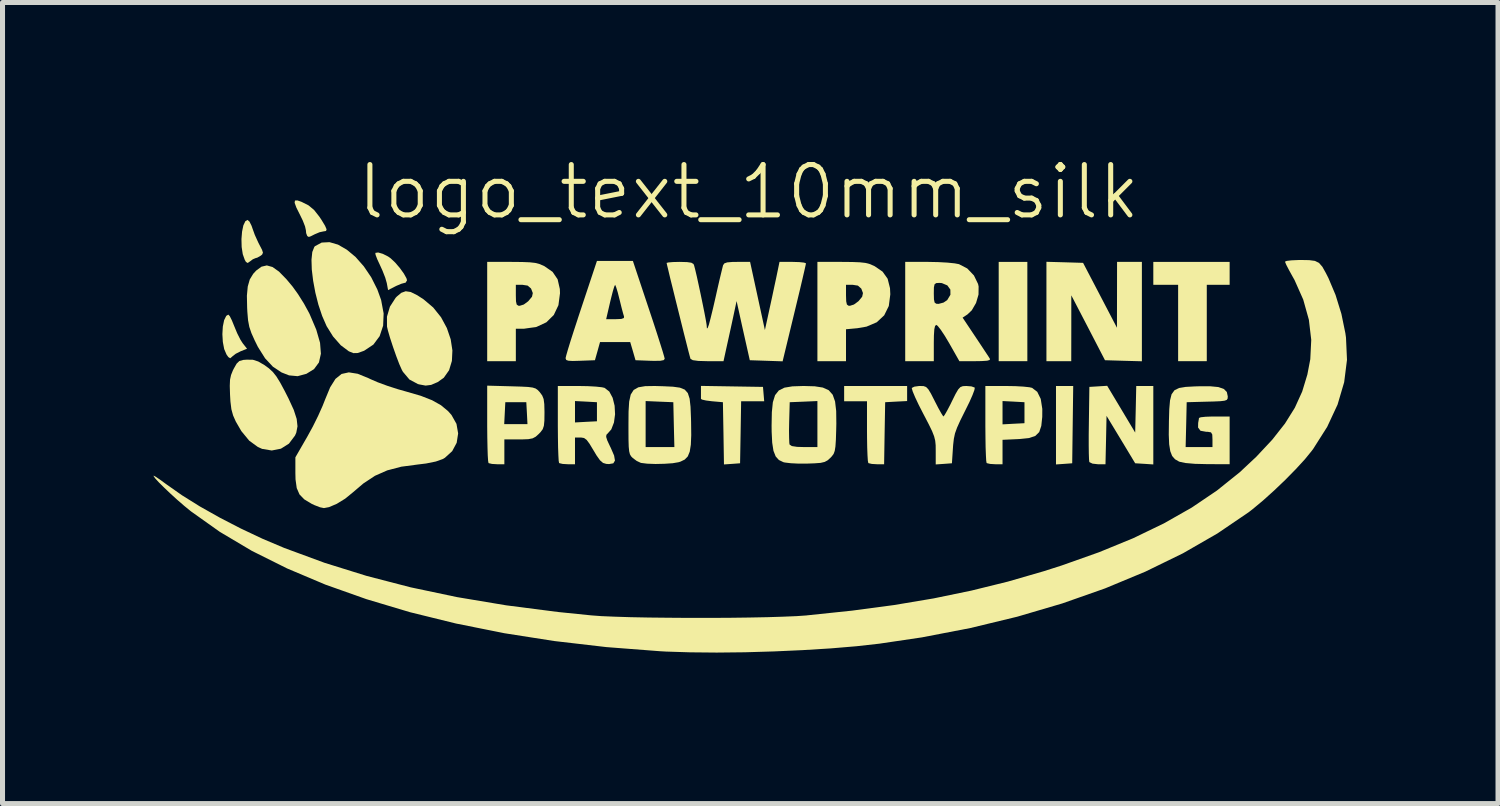
<source format=kicad_pcb>
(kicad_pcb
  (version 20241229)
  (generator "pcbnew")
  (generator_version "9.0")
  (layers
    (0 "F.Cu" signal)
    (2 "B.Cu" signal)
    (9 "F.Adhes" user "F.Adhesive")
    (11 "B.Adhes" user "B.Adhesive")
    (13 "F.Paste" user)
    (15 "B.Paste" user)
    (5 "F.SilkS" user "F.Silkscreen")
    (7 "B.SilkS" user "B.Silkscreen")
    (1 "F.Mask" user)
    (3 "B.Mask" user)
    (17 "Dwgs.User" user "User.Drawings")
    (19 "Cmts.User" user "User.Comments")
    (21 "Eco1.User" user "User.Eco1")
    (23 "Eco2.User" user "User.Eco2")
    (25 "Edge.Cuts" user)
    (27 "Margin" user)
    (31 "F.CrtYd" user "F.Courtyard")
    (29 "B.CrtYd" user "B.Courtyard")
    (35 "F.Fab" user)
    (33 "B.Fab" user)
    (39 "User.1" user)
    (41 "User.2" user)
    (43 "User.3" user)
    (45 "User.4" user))
  (footprint "logo_text_10mm_silk"
    (layer "F.Cu")
    (at 11.821 5.261)
    (property "Reference" "logo_text_10mm_silk" (at 0 -4.5 0) (unlocked yes) (layer "F.SilkS") (effects (font (size 1 1) (thickness 0.1))))
    (attr smd)
    (fp_poly (pts (xy 5.535 -2.123) (xy 5.535 -1.137) (xy 5.251 -1.137) (xy 4.966 -1.137) (xy 4.966 -2.123) (xy 4.966 -3.109) (xy 5.251 -3.109) (xy 5.535 -3.109)) (stroke (width 0) (type solid)) (fill yes) (layer "F.SilkS"))
    (fp_poly (pts (xy 6.436 0.123) (xy 6.426 0.891) (xy 6.265 0.903) (xy 6.104 0.914) (xy 6.104 0.135) (xy 6.104 -0.644) (xy 6.275 -0.644) (xy 6.446 -0.644)) (stroke (width 0) (type solid)) (fill yes) (layer "F.SilkS"))
    (fp_poly (pts (xy 9.553 -2.881) (xy 9.553 -2.654) (xy 9.326 -2.654) (xy 9.099 -2.654) (xy 9.099 -1.896) (xy 9.099 -1.137) (xy 8.814 -1.137) (xy 8.53 -1.137) (xy 8.53 -1.896) (xy 8.53 -2.654) (xy 8.283 -2.654) (xy 8.037 -2.654) (xy 8.037 -2.881) (xy 8.037 -3.109) (xy 8.795 -3.109) (xy 9.553 -3.109)) (stroke (width 0) (type solid)) (fill yes) (layer "F.SilkS"))
    (fp_poly (pts (xy -0.332 -0.636) (xy 0.284 -0.626) (xy 0.296 -0.483) (xy 0.308 -0.341) (xy 0.079 -0.341) (xy -0.15 -0.341) (xy -0.16 0.275) (xy -0.171 0.891) (xy -0.331 0.903) (xy -0.491 0.914) (xy -0.501 0.296) (xy -0.512 -0.322) (xy -0.73 -0.341) (xy -0.848 -0.356) (xy -0.927 -0.374) (xy -0.948 -0.389) (xy -0.948 -0.444) (xy -0.948 -0.532) (xy -0.948 -0.646)) (stroke (width 0) (type solid)) (fill yes) (layer "F.SilkS"))
    (fp_poly (pts (xy 6.278 -3.101) (xy 6.642 -3.09) (xy 6.979 -2.445) (xy 7.315 -1.801) (xy 7.316 -2.455) (xy 7.317 -3.109) (xy 7.563 -3.109) (xy 7.81 -3.109) (xy 7.81 -2.122) (xy 7.81 -1.135) (xy 7.443 -1.145) (xy 7.077 -1.156) (xy 6.743 -1.801) (xy 6.408 -2.445) (xy 6.408 -1.791) (xy 6.407 -1.137) (xy 6.16 -1.137) (xy 5.914 -1.137) (xy 5.914 -2.124) (xy 5.914 -3.111)) (stroke (width 0) (type solid)) (fill yes) (layer "F.SilkS"))
    (fp_poly (pts (xy -10.307 -2.031) (xy -10.265 -1.947) (xy -10.219 -1.834) (xy -10.16 -1.692) (xy -10.095 -1.563) (xy -10.05 -1.493) (xy -9.964 -1.384) (xy -10.09 -1.334) (xy -10.189 -1.284) (xy -10.258 -1.23) (xy -10.261 -1.226) (xy -10.298 -1.195) (xy -10.335 -1.218) (xy -10.371 -1.268) (xy -10.418 -1.377) (xy -10.445 -1.519) (xy -10.454 -1.674) (xy -10.445 -1.825) (xy -10.419 -1.952) (xy -10.377 -2.037) (xy -10.336 -2.062)) (stroke (width 0) (type solid)) (fill yes) (layer "F.SilkS"))
    (fp_poly (pts (xy -7.267 -3.269) (xy -7.162 -3.216) (xy -7.11 -3.179) (xy -7.022 -3.096) (xy -6.93 -2.989) (xy -6.85 -2.878) (xy -6.798 -2.785) (xy -6.786 -2.743) (xy -6.815 -2.696) (xy -6.835 -2.692) (xy -6.898 -2.675) (xy -6.994 -2.635) (xy -7.024 -2.62) (xy -7.163 -2.549) (xy -7.188 -2.687) (xy -7.219 -2.796) (xy -7.274 -2.936) (xy -7.324 -3.046) (xy -7.378 -3.162) (xy -7.411 -3.249) (xy -7.416 -3.288) (xy -7.36 -3.296)) (stroke (width 0) (type solid)) (fill yes) (layer "F.SilkS"))
    (fp_poly (pts (xy 3.147 -0.495) (xy 3.147 -0.345) (xy 2.929 -0.334) (xy 2.711 -0.322) (xy 2.7 0.294) (xy 2.69 0.91) (xy 2.545 0.91) (xy 2.446 0.904) (xy 2.382 0.889) (xy 2.376 0.885) (xy 2.367 0.84) (xy 2.36 0.733) (xy 2.354 0.577) (xy 2.351 0.386) (xy 2.35 0.259) (xy 2.35 -0.341) (xy 2.123 -0.341) (xy 1.896 -0.341) (xy 1.896 -0.493) (xy 1.896 -0.644) (xy 2.521 -0.644) (xy 3.147 -0.644)) (stroke (width 0) (type solid)) (fill yes) (layer "F.SilkS"))
    (fp_poly (pts (xy -9.916 -3.91) (xy -9.874 -3.826) (xy -9.859 -3.782) (xy -9.81 -3.646) (xy -9.743 -3.498) (xy -9.719 -3.451) (xy -9.666 -3.349) (xy -9.648 -3.292) (xy -9.664 -3.255) (xy -9.691 -3.233) (xy -9.761 -3.193) (xy -9.795 -3.184) (xy -9.849 -3.161) (xy -9.898 -3.124) (xy -9.951 -3.087) (xy -9.986 -3.109) (xy -10.009 -3.149) (xy -10.049 -3.262) (xy -10.071 -3.405) (xy -10.075 -3.561) (xy -10.063 -3.71) (xy -10.037 -3.835) (xy -9.997 -3.918) (xy -9.955 -3.943)) (stroke (width 0) (type solid)) (fill yes) (layer "F.SilkS"))
    (fp_poly (pts (xy -8.882 -4.302) (xy -8.743 -4.232) (xy -8.633 -4.141) (xy -8.529 -4.009) (xy -8.486 -3.945) (xy -8.414 -3.826) (xy -8.384 -3.756) (xy -8.395 -3.723) (xy -8.444 -3.715) (xy -8.445 -3.715) (xy -8.524 -3.698) (xy -8.619 -3.658) (xy -8.7 -3.617) (xy -8.737 -3.605) (xy -8.759 -3.616) (xy -8.77 -3.627) (xy -8.79 -3.681) (xy -8.795 -3.737) (xy -8.812 -3.814) (xy -8.857 -3.93) (xy -8.909 -4.037) (xy -8.985 -4.189) (xy -9.019 -4.284) (xy -9.012 -4.328) (xy -8.963 -4.33)) (stroke (width 0) (type solid)) (fill yes) (layer "F.SilkS"))
    (fp_poly (pts (xy 7.399 -0.184) (xy 7.677 0.281) (xy 7.688 -0.182) (xy 7.698 -0.644) (xy 7.868 -0.644) (xy 8.037 -0.644) (xy 8.037 0.135) (xy 8.037 0.914) (xy 7.857 0.902) (xy 7.677 0.891) (xy 7.393 0.42) (xy 7.108 -0.051) (xy 7.098 0.429) (xy 7.087 0.91) (xy 6.935 0.91) (xy 6.829 0.898) (xy 6.769 0.869) (xy 6.765 0.861) (xy 6.76 0.81) (xy 6.756 0.695) (xy 6.754 0.53) (xy 6.754 0.327) (xy 6.757 0.099) (xy 6.757 0.094) (xy 6.767 -0.626) (xy 6.944 -0.637) (xy 7.121 -0.648)) (stroke (width 0) (type solid)) (fill yes) (layer "F.SilkS"))
    (fp_poly (pts (xy -6.713 -2.511) (xy -6.585 -2.448) (xy -6.457 -2.365) (xy -6.266 -2.203) (xy -6.111 -2.01) (xy -5.995 -1.795) (xy -5.919 -1.572) (xy -5.885 -1.35) (xy -5.895 -1.142) (xy -5.951 -0.957) (xy -6.056 -0.808) (xy -6.175 -0.723) (xy -6.307 -0.666) (xy -6.417 -0.652) (xy -6.546 -0.676) (xy -6.572 -0.683) (xy -6.738 -0.772) (xy -6.868 -0.926) (xy -6.889 -0.964) (xy -6.939 -1.076) (xy -7 -1.236) (xy -7.064 -1.418) (xy -7.123 -1.598) (xy -7.167 -1.75) (xy -7.184 -1.823) (xy -7.185 -2.021) (xy -7.126 -2.22) (xy -7.014 -2.394) (xy -6.991 -2.419) (xy -6.9 -2.495) (xy -6.813 -2.526)) (stroke (width 0) (type solid)) (fill yes) (layer "F.SilkS"))
    (fp_poly (pts (xy -8.157 -3.452) (xy -7.982 -3.351) (xy -7.808 -3.206) (xy -7.645 -3.021) (xy -7.498 -2.804) (xy -7.376 -2.561) (xy -7.301 -2.353) (xy -7.251 -2.085) (xy -7.261 -1.842) (xy -7.33 -1.634) (xy -7.455 -1.466) (xy -7.634 -1.347) (xy -7.647 -1.341) (xy -7.766 -1.299) (xy -7.853 -1.297) (xy -7.942 -1.333) (xy -7.942 -1.333) (xy -8.102 -1.453) (xy -8.256 -1.628) (xy -8.385 -1.835) (xy -8.385 -1.836) (xy -8.472 -2.035) (xy -8.547 -2.26) (xy -8.607 -2.497) (xy -8.651 -2.734) (xy -8.678 -2.957) (xy -8.684 -3.152) (xy -8.668 -3.306) (xy -8.628 -3.406) (xy -8.615 -3.421) (xy -8.481 -3.493) (xy -8.326 -3.501)) (stroke (width 0) (type solid)) (fill yes) (layer "F.SilkS"))
    (fp_poly (pts (xy -9.457 -3.007) (xy -9.329 -2.916) (xy -9.179 -2.762) (xy -9.062 -2.622) (xy -8.951 -2.468) (xy -8.833 -2.28) (xy -8.733 -2.097) (xy -8.721 -2.073) (xy -8.589 -1.763) (xy -8.514 -1.502) (xy -8.497 -1.285) (xy -8.536 -1.112) (xy -8.634 -0.979) (xy -8.785 -0.886) (xy -8.959 -0.839) (xy -9.13 -0.855) (xy -9.278 -0.913) (xy -9.451 -1.028) (xy -9.605 -1.193) (xy -9.748 -1.42) (xy -9.811 -1.547) (xy -9.877 -1.694) (xy -9.919 -1.818) (xy -9.944 -1.95) (xy -9.958 -2.117) (xy -9.962 -2.197) (xy -9.967 -2.438) (xy -9.95 -2.62) (xy -9.91 -2.76) (xy -9.842 -2.872) (xy -9.782 -2.937) (xy -9.677 -3.014) (xy -9.571 -3.039)) (stroke (width 0) (type solid)) (fill yes) (layer "F.SilkS"))
    (fp_poly (pts (xy -9.848 -1.165) (xy -9.742 -1.131) (xy -9.621 -1.061) (xy -9.53 -0.995) (xy -9.453 -0.924) (xy -9.382 -0.835) (xy -9.307 -0.714) (xy -9.217 -0.547) (xy -9.14 -0.395) (xy -9.036 -0.169) (xy -8.978 0.01) (xy -8.962 0.157) (xy -8.986 0.283) (xy -9.011 0.34) (xy -9.132 0.501) (xy -9.291 0.601) (xy -9.473 0.637) (xy -9.665 0.605) (xy -9.748 0.568) (xy -9.921 0.442) (xy -10.078 0.251) (xy -10.188 0.061) (xy -10.241 -0.059) (xy -10.275 -0.182) (xy -10.294 -0.336) (xy -10.302 -0.474) (xy -10.307 -0.647) (xy -10.302 -0.769) (xy -10.282 -0.862) (xy -10.246 -0.952) (xy -10.229 -0.986) (xy -10.171 -1.088) (xy -10.117 -1.14) (xy -10.039 -1.162) (xy -9.97 -1.167)) (stroke (width 0) (type solid)) (fill yes) (layer "F.SilkS"))
    (fp_poly (pts (xy 5.296 -0.641) (xy 5.456 -0.632) (xy 5.577 -0.619) (xy 5.629 -0.607) (xy 5.732 -0.528) (xy 5.801 -0.387) (xy 5.832 -0.189) (xy 5.831 -0.03) (xy 5.812 0.149) (xy 5.771 0.271) (xy 5.694 0.347) (xy 5.569 0.39) (xy 5.384 0.409) (xy 5.345 0.411) (xy 5.042 0.425) (xy 5.042 0.667) (xy 5.042 0.91) (xy 4.897 0.91) (xy 4.797 0.904) (xy 4.732 0.889) (xy 4.726 0.885) (xy 4.718 0.841) (xy 4.712 0.733) (xy 4.706 0.573) (xy 4.703 0.373) (xy 4.701 0.145) (xy 4.701 0.107) (xy 4.701 -0.114) (xy 5.042 -0.114) (xy 5.042 0.118) (xy 5.26 0.106) (xy 5.478 0.095) (xy 5.478 -0.114) (xy 5.478 -0.322) (xy 5.26 -0.334) (xy 5.042 -0.345) (xy 5.042 -0.114) (xy 4.701 -0.114) (xy 4.701 -0.644) (xy 5.115 -0.644)) (stroke (width 0) (type solid)) (fill yes) (layer "F.SilkS"))
    (fp_poly (pts (xy 2.058 -3.107) (xy 2.208 -3.101) (xy 2.317 -3.089) (xy 2.402 -3.067) (xy 2.48 -3.034) (xy 2.503 -3.023) (xy 2.66 -2.915) (xy 2.76 -2.774) (xy 2.807 -2.587) (xy 2.813 -2.465) (xy 2.783 -2.233) (xy 2.692 -2.048) (xy 2.544 -1.91) (xy 2.34 -1.823) (xy 2.16 -1.792) (xy 1.933 -1.771) (xy 1.933 -1.454) (xy 1.933 -1.137) (xy 1.649 -1.137) (xy 1.365 -1.137) (xy 1.365 -2.123) (xy 1.365 -2.445) (xy 1.933 -2.445) (xy 1.937 -2.325) (xy 1.951 -2.262) (xy 1.982 -2.239) (xy 2.011 -2.237) (xy 2.09 -2.262) (xy 2.176 -2.325) (xy 2.182 -2.33) (xy 2.254 -2.417) (xy 2.27 -2.49) (xy 2.236 -2.58) (xy 2.235 -2.58) (xy 2.169 -2.638) (xy 2.065 -2.654) (xy 1.933 -2.654) (xy 1.933 -2.445) (xy 1.365 -2.445) (xy 1.365 -3.109) (xy 1.85 -3.109)) (stroke (width 0) (type solid)) (fill yes) (layer "F.SilkS"))
    (fp_poly (pts (xy -4.5 -3.107) (xy -4.35 -3.101) (xy -4.242 -3.089) (xy -4.157 -3.067) (xy -4.078 -3.034) (xy -4.056 -3.023) (xy -3.895 -2.911) (xy -3.795 -2.763) (xy -3.751 -2.57) (xy -3.748 -2.486) (xy -3.779 -2.249) (xy -3.871 -2.055) (xy -4.019 -1.909) (xy -4.216 -1.817) (xy -4.46 -1.782) (xy -4.479 -1.782) (xy -4.625 -1.782) (xy -4.625 -1.46) (xy -4.625 -1.137) (xy -4.909 -1.137) (xy -5.194 -1.137) (xy -5.194 -2.123) (xy -5.194 -2.445) (xy -4.625 -2.445) (xy -4.622 -2.325) (xy -4.608 -2.262) (xy -4.576 -2.239) (xy -4.548 -2.237) (xy -4.468 -2.262) (xy -4.382 -2.325) (xy -4.377 -2.33) (xy -4.304 -2.417) (xy -4.288 -2.49) (xy -4.323 -2.58) (xy -4.323 -2.58) (xy -4.39 -2.638) (xy -4.494 -2.654) (xy -4.625 -2.654) (xy -4.625 -2.445) (xy -5.194 -2.445) (xy -5.194 -3.109) (xy -4.709 -3.109)) (stroke (width 0) (type solid)) (fill yes) (layer "F.SilkS"))
    (fp_poly (pts (xy -7.767 -0.887) (xy -7.553 -0.8) (xy -7.514 -0.781) (xy -7.371 -0.719) (xy -7.181 -0.649) (xy -6.971 -0.581) (xy -6.805 -0.534) (xy -6.515 -0.45) (xy -6.288 -0.361) (xy -6.112 -0.262) (xy -5.971 -0.145) (xy -5.903 -0.068) (xy -5.804 0.108) (xy -5.771 0.298) (xy -5.8 0.484) (xy -5.889 0.65) (xy -6.034 0.782) (xy -6.079 0.808) (xy -6.214 0.856) (xy -6.406 0.895) (xy -6.569 0.915) (xy -6.901 0.959) (xy -7.179 1.032) (xy -7.424 1.14) (xy -7.655 1.293) (xy -7.858 1.466) (xy -8.015 1.594) (xy -8.181 1.696) (xy -8.335 1.762) (xy -8.437 1.781) (xy -8.515 1.765) (xy -8.626 1.722) (xy -8.681 1.696) (xy -8.827 1.608) (xy -8.922 1.51) (xy -8.977 1.384) (xy -9.001 1.212) (xy -9.004 1.085) (xy -9.004 0.773) (xy -8.765 0.358) (xy -8.657 0.161) (xy -8.552 -0.051) (xy -8.463 -0.25) (xy -8.412 -0.379) (xy -8.313 -0.618) (xy -8.208 -0.785) (xy -8.087 -0.883) (xy -7.942 -0.915)) (stroke (width 0) (type solid)) (fill yes) (layer "F.SilkS"))
    (fp_poly (pts (xy -4.716 -0.638) (xy -4.519 -0.632) (xy -4.382 -0.625) (xy -4.291 -0.613) (xy -4.232 -0.594) (xy -4.19 -0.564) (xy -4.149 -0.521) (xy -4.148 -0.519) (xy -4.101 -0.455) (xy -4.073 -0.385) (xy -4.06 -0.285) (xy -4.056 -0.135) (xy -4.056 -0.109) (xy -4.058 0.046) (xy -4.068 0.146) (xy -4.091 0.214) (xy -4.134 0.272) (xy -4.167 0.306) (xy -4.23 0.363) (xy -4.292 0.396) (xy -4.377 0.412) (xy -4.506 0.417) (xy -4.565 0.417) (xy -4.853 0.417) (xy -4.853 0.663) (xy -4.853 0.91) (xy -4.998 0.91) (xy -5.098 0.904) (xy -5.162 0.889) (xy -5.168 0.885) (xy -5.176 0.841) (xy -5.183 0.733) (xy -5.188 0.573) (xy -5.192 0.373) (xy -5.194 0.144) (xy -5.194 0.114) (xy -4.856 0.114) (xy -4.625 0.114) (xy -4.394 0.114) (xy -4.405 -0.104) (xy -4.417 -0.322) (xy -4.625 -0.322) (xy -4.834 -0.322) (xy -4.845 -0.104) (xy -4.856 0.114) (xy -5.194 0.114) (xy -5.194 0.104) (xy -5.194 -0.651)) (stroke (width 0) (type solid)) (fill yes) (layer "F.SilkS"))
    (fp_poly (pts (xy -1.69 -0.639) (xy -1.503 -0.63) (xy -1.366 -0.611) (xy -1.27 -0.572) (xy -1.209 -0.503) (xy -1.173 -0.392) (xy -1.155 -0.23) (xy -1.146 -0.006) (xy -1.144 0.073) (xy -1.141 0.33) (xy -1.149 0.522) (xy -1.171 0.66) (xy -1.21 0.755) (xy -1.27 0.817) (xy -1.354 0.858) (xy -1.393 0.87) (xy -1.51 0.89) (xy -1.673 0.901) (xy -1.851 0.905) (xy -2.016 0.899) (xy -2.137 0.884) (xy -2.142 0.883) (xy -2.225 0.844) (xy -2.303 0.786) (xy -2.336 0.752) (xy -2.359 0.712) (xy -2.374 0.652) (xy -2.383 0.561) (xy -2.387 0.425) (xy -2.388 0.231) (xy -2.388 0.126) (xy -2.388 0.112) (xy -2.047 0.112) (xy -2.047 0.569) (xy -1.762 0.569) (xy -1.476 0.569) (xy -1.487 0.123) (xy -1.497 -0.322) (xy -1.772 -0.333) (xy -2.047 -0.345) (xy -2.047 0.112) (xy -2.388 0.112) (xy -2.386 -0.137) (xy -2.374 -0.334) (xy -2.343 -0.474) (xy -2.285 -0.565) (xy -2.192 -0.618) (xy -2.055 -0.641) (xy -1.865 -0.644)) (stroke (width 0) (type solid)) (fill yes) (layer "F.SilkS"))
    (fp_poly (pts (xy -1.984 -2.18) (xy -1.899 -1.925) (xy -1.823 -1.692) (xy -1.759 -1.491) (xy -1.709 -1.332) (xy -1.678 -1.226) (xy -1.668 -1.184) (xy -1.688 -1.158) (xy -1.755 -1.145) (xy -1.881 -1.143) (xy -1.958 -1.145) (xy -2.248 -1.156) (xy -2.3 -1.336) (xy -2.353 -1.516) (xy -2.653 -1.516) (xy -2.953 -1.516) (xy -3.003 -1.336) (xy -3.054 -1.156) (xy -3.347 -1.145) (xy -3.495 -1.141) (xy -3.582 -1.146) (xy -3.624 -1.161) (xy -3.636 -1.191) (xy -3.636 -1.202) (xy -3.623 -1.255) (xy -3.59 -1.37) (xy -3.539 -1.536) (xy -3.473 -1.742) (xy -3.398 -1.971) (xy -2.831 -1.971) (xy -2.644 -1.971) (xy -2.53 -1.976) (xy -2.479 -1.994) (xy -2.476 -2.024) (xy -2.494 -2.084) (xy -2.524 -2.196) (xy -2.559 -2.338) (xy -2.566 -2.365) (xy -2.6 -2.5) (xy -2.631 -2.602) (xy -2.651 -2.651) (xy -2.654 -2.653) (xy -2.67 -2.619) (xy -2.698 -2.527) (xy -2.732 -2.394) (xy -2.752 -2.312) (xy -2.831 -1.971) (xy -3.398 -1.971) (xy -3.396 -1.979) (xy -3.323 -2.199) (xy -3.014 -3.128) (xy -2.657 -3.128) (xy -2.3 -3.128)) (stroke (width 0) (type solid)) (fill yes) (layer "F.SilkS"))
    (fp_poly (pts (xy 1.312 -0.638) (xy 1.473 -0.613) (xy 1.59 -0.56) (xy 1.669 -0.47) (xy 1.716 -0.336) (xy 1.738 -0.148) (xy 1.741 0.103) (xy 1.738 0.235) (xy 1.732 0.426) (xy 1.723 0.558) (xy 1.709 0.645) (xy 1.687 0.705) (xy 1.652 0.752) (xy 1.622 0.784) (xy 1.567 0.833) (xy 1.509 0.864) (xy 1.429 0.883) (xy 1.308 0.892) (xy 1.167 0.897) (xy 0.995 0.898) (xy 0.837 0.89) (xy 0.719 0.876) (xy 0.689 0.869) (xy 0.6 0.826) (xy 0.536 0.755) (xy 0.492 0.643) (xy 0.467 0.482) (xy 0.456 0.26) (xy 0.456 0.243) (xy 0.801 0.243) (xy 0.803 0.386) (xy 0.807 0.486) (xy 0.812 0.519) (xy 0.856 0.549) (xy 0.962 0.565) (xy 1.098 0.569) (xy 1.365 0.569) (xy 1.365 0.112) (xy 1.365 -0.345) (xy 1.09 -0.333) (xy 0.815 -0.322) (xy 0.804 0.073) (xy 0.801 0.243) (xy 0.456 0.243) (xy 0.455 0.14) (xy 0.46 -0.124) (xy 0.48 -0.321) (xy 0.524 -0.462) (xy 0.598 -0.555) (xy 0.71 -0.611) (xy 0.868 -0.637) (xy 1.08 -0.644) (xy 1.099 -0.644)) (stroke (width 0) (type solid)) (fill yes) (layer "F.SilkS"))
    (fp_poly (pts (xy 4.425 -0.636) (xy 4.486 -0.614) (xy 4.491 -0.608) (xy 4.483 -0.563) (xy 4.446 -0.464) (xy 4.385 -0.326) (xy 4.305 -0.164) (xy 4.295 -0.144) (xy 4.202 0.043) (xy 4.139 0.183) (xy 4.098 0.297) (xy 4.075 0.406) (xy 4.061 0.53) (xy 4.057 0.588) (xy 4.037 0.891) (xy 3.876 0.903) (xy 3.715 0.914) (xy 3.715 0.645) (xy 3.714 0.534) (xy 3.705 0.443) (xy 3.683 0.355) (xy 3.643 0.253) (xy 3.579 0.121) (xy 3.486 -0.058) (xy 3.466 -0.096) (xy 3.378 -0.268) (xy 3.307 -0.418) (xy 3.259 -0.532) (xy 3.24 -0.597) (xy 3.241 -0.606) (xy 3.291 -0.631) (xy 3.385 -0.644) (xy 3.405 -0.644) (xy 3.474 -0.642) (xy 3.524 -0.624) (xy 3.568 -0.579) (xy 3.62 -0.493) (xy 3.692 -0.352) (xy 3.697 -0.342) (xy 3.766 -0.208) (xy 3.824 -0.104) (xy 3.861 -0.046) (xy 3.869 -0.039) (xy 3.893 -0.07) (xy 3.942 -0.155) (xy 4.006 -0.277) (xy 4.037 -0.341) (xy 4.109 -0.486) (xy 4.161 -0.575) (xy 4.205 -0.622) (xy 4.254 -0.641) (xy 4.321 -0.644) (xy 4.327 -0.644)) (stroke (width 0) (type solid)) (fill yes) (layer "F.SilkS"))
    (fp_poly (pts (xy 9.329 -0.623) (xy 9.438 -0.585) (xy 9.497 -0.525) (xy 9.516 -0.438) (xy 9.516 -0.436) (xy 9.513 -0.395) (xy 9.496 -0.368) (xy 9.452 -0.352) (xy 9.368 -0.342) (xy 9.229 -0.336) (xy 9.108 -0.333) (xy 8.7 -0.322) (xy 8.69 0.123) (xy 8.679 0.569) (xy 8.946 0.569) (xy 9.212 0.569) (xy 9.212 0.417) (xy 9.208 0.32) (xy 9.183 0.277) (xy 9.12 0.266) (xy 9.084 0.265) (xy 8.974 0.245) (xy 8.926 0.181) (xy 8.928 0.089) (xy 8.941 0.016) (xy 8.944 -0.009) (xy 8.98 -0.023) (xy 9.074 -0.033) (xy 9.208 -0.038) (xy 9.25 -0.038) (xy 9.553 -0.038) (xy 9.553 0.436) (xy 9.553 0.91) (xy 9.108 0.908) (xy 8.864 0.902) (xy 8.678 0.886) (xy 8.559 0.861) (xy 8.546 0.856) (xy 8.468 0.811) (xy 8.411 0.746) (xy 8.374 0.651) (xy 8.352 0.514) (xy 8.344 0.325) (xy 8.347 0.071) (xy 8.347 0.062) (xy 8.354 -0.181) (xy 8.369 -0.358) (xy 8.4 -0.48) (xy 8.457 -0.559) (xy 8.547 -0.604) (xy 8.68 -0.626) (xy 8.864 -0.636) (xy 8.93 -0.638) (xy 9.163 -0.639)) (stroke (width 0) (type solid)) (fill yes) (layer "F.SilkS"))
    (fp_poly (pts (xy -3.196 -0.641) (xy -3.035 -0.632) (xy -2.915 -0.619) (xy -2.863 -0.607) (xy -2.769 -0.534) (xy -2.702 -0.409) (xy -2.663 -0.252) (xy -2.654 -0.082) (xy -2.676 0.081) (xy -2.729 0.218) (xy -2.796 0.294) (xy -2.826 0.325) (xy -2.831 0.367) (xy -2.809 0.437) (xy -2.755 0.553) (xy -2.739 0.585) (xy -2.673 0.738) (xy -2.656 0.838) (xy -2.689 0.892) (xy -2.774 0.907) (xy -2.83 0.903) (xy -2.893 0.884) (xy -2.953 0.832) (xy -3.022 0.735) (xy -3.082 0.635) (xy -3.161 0.504) (xy -3.219 0.426) (xy -3.271 0.389) (xy -3.331 0.379) (xy -3.339 0.379) (xy -3.45 0.379) (xy -3.45 0.644) (xy -3.45 0.91) (xy -3.595 0.91) (xy -3.695 0.904) (xy -3.759 0.889) (xy -3.766 0.885) (xy -3.774 0.841) (xy -3.78 0.733) (xy -3.786 0.573) (xy -3.789 0.373) (xy -3.791 0.145) (xy -3.791 0.107) (xy -3.791 -0.133) (xy -3.45 -0.133) (xy -3.45 0.08) (xy -3.232 0.068) (xy -3.014 0.057) (xy -3.014 -0.133) (xy -3.014 -0.322) (xy -3.232 -0.334) (xy -3.45 -0.345) (xy -3.45 -0.133) (xy -3.791 -0.133) (xy -3.791 -0.644) (xy -3.376 -0.644)) (stroke (width 0) (type solid)) (fill yes) (layer "F.SilkS"))
    (fp_poly (pts (xy 3.764 -3.105) (xy 3.946 -3.095) (xy 4.092 -3.08) (xy 4.177 -3.064) (xy 4.341 -2.979) (xy 4.474 -2.84) (xy 4.556 -2.671) (xy 4.567 -2.621) (xy 4.565 -2.46) (xy 4.516 -2.293) (xy 4.431 -2.147) (xy 4.346 -2.066) (xy 4.249 -2.002) (xy 4.506 -1.617) (xy 4.608 -1.464) (xy 4.695 -1.332) (xy 4.76 -1.234) (xy 4.791 -1.185) (xy 4.791 -1.185) (xy 4.788 -1.161) (xy 4.736 -1.146) (xy 4.626 -1.139) (xy 4.502 -1.137) (xy 4.185 -1.137) (xy 3.981 -1.497) (xy 3.893 -1.644) (xy 3.815 -1.761) (xy 3.755 -1.837) (xy 3.727 -1.858) (xy 3.702 -1.837) (xy 3.687 -1.77) (xy 3.679 -1.644) (xy 3.677 -1.497) (xy 3.677 -1.137) (xy 3.393 -1.137) (xy 3.109 -1.137) (xy 3.109 -2.123) (xy 3.109 -2.483) (xy 3.677 -2.483) (xy 3.68 -2.364) (xy 3.693 -2.302) (xy 3.725 -2.278) (xy 3.772 -2.275) (xy 3.87 -2.301) (xy 3.943 -2.35) (xy 4.007 -2.456) (xy 4.006 -2.559) (xy 3.946 -2.642) (xy 3.837 -2.688) (xy 3.788 -2.692) (xy 3.725 -2.688) (xy 3.692 -2.664) (xy 3.679 -2.602) (xy 3.677 -2.483) (xy 3.109 -2.483) (xy 3.109 -3.109) (xy 3.569 -3.109)) (stroke (width 0) (type solid)) (fill yes) (layer "F.SilkS"))
    (fp_poly (pts (xy 0.175 -2.432) (xy 0.322 -1.755) (xy 0.422 -2.214) (xy 0.466 -2.416) (xy 0.508 -2.614) (xy 0.545 -2.785) (xy 0.567 -2.891) (xy 0.612 -3.109) (xy 0.875 -3.109) (xy 1.005 -3.105) (xy 1.099 -3.095) (xy 1.138 -3.081) (xy 1.138 -3.08) (xy 1.129 -3.037) (xy 1.105 -2.93) (xy 1.068 -2.77) (xy 1.02 -2.566) (xy 0.963 -2.329) (xy 0.906 -2.093) (xy 0.674 -1.134) (xy 0.348 -1.145) (xy 0.022 -1.156) (xy -0.042 -1.441) (xy -0.084 -1.628) (xy -0.132 -1.842) (xy -0.173 -2.028) (xy -0.24 -2.331) (xy -0.309 -2.009) (xy -0.351 -1.815) (xy -0.397 -1.606) (xy -0.437 -1.425) (xy -0.44 -1.412) (xy -0.5 -1.137) (xy -0.82 -1.137) (xy -1 -1.142) (xy -1.11 -1.157) (xy -1.155 -1.182) (xy -1.156 -1.185) (xy -1.17 -1.234) (xy -1.199 -1.344) (xy -1.239 -1.502) (xy -1.288 -1.695) (xy -1.342 -1.912) (xy -1.399 -2.141) (xy -1.456 -2.37) (xy -1.509 -2.586) (xy -1.557 -2.778) (xy -1.594 -2.934) (xy -1.62 -3.041) (xy -1.63 -3.088) (xy -1.63 -3.089) (xy -1.595 -3.098) (xy -1.504 -3.106) (xy -1.376 -3.109) (xy -1.367 -3.109) (xy -1.224 -3.105) (xy -1.14 -3.093) (xy -1.097 -3.068) (xy -1.085 -3.042) (xy -1.063 -2.958) (xy -1.031 -2.823) (xy -0.994 -2.653) (xy -0.954 -2.467) (xy -0.915 -2.278) (xy -0.88 -2.105) (xy -0.853 -1.963) (xy -0.837 -1.869) (xy -0.834 -1.842) (xy -0.83 -1.789) (xy -0.816 -1.794) (xy -0.791 -1.86) (xy -0.756 -1.993) (xy -0.707 -2.193) (xy -0.661 -2.393) (xy -0.615 -2.598) (xy -0.573 -2.78) (xy -0.538 -2.925) (xy -0.515 -3.018) (xy -0.509 -3.042) (xy -0.484 -3.079) (xy -0.428 -3.099) (xy -0.323 -3.108) (xy -0.23 -3.109) (xy 0.028 -3.109)) (stroke (width 0) (type solid)) (fill yes) (layer "F.SilkS"))
    (fp_poly (pts (xy 11.133 -3.144) (xy 11.247 -3.129) (xy 11.328 -3.089) (xy 11.395 -3.012) (xy 11.466 -2.885) (xy 11.516 -2.786) (xy 11.657 -2.452) (xy 11.773 -2.076) (xy 11.852 -1.692) (xy 11.864 -1.607) (xy 11.884 -1.164) (xy 11.828 -0.719) (xy 11.697 -0.275) (xy 11.491 0.167) (xy 11.213 0.605) (xy 11.183 0.645) (xy 11.049 0.81) (xy 10.87 1.005) (xy 10.662 1.217) (xy 10.439 1.43) (xy 10.218 1.629) (xy 10.014 1.799) (xy 9.933 1.862) (xy 9.312 2.284) (xy 8.626 2.679) (xy 7.88 3.043) (xy 7.079 3.376) (xy 6.229 3.675) (xy 5.336 3.938) (xy 4.405 4.163) (xy 3.441 4.349) (xy 2.597 4.474) (xy 2.141 4.525) (xy 1.629 4.568) (xy 1.077 4.602) (xy 0.503 4.628) (xy -0.073 4.645) (xy -0.635 4.651) (xy -1.164 4.646) (xy -1.642 4.631) (xy -1.763 4.624) (xy -2.827 4.542) (xy -3.859 4.422) (xy -4.856 4.266) (xy -5.813 4.074) (xy -6.727 3.849) (xy -7.593 3.59) (xy -8.408 3.301) (xy -9.168 2.98) (xy -9.868 2.631) (xy -10.505 2.253) (xy -11.075 1.848) (xy -11.089 1.837) (xy -11.215 1.734) (xy -11.351 1.616) (xy -11.487 1.492) (xy -11.612 1.373) (xy -11.717 1.269) (xy -11.79 1.189) (xy -11.821 1.144) (xy -11.818 1.137) (xy -11.777 1.159) (xy -11.693 1.216) (xy -11.582 1.297) (xy -11.554 1.317) (xy -11.257 1.526) (xy -10.903 1.747) (xy -10.507 1.97) (xy -10.087 2.187) (xy -9.657 2.39) (xy -9.234 2.569) (xy -9.227 2.572) (xy -8.424 2.868) (xy -7.589 3.128) (xy -6.714 3.355) (xy -5.794 3.549) (xy -4.82 3.712) (xy -3.786 3.845) (xy -3.128 3.912) (xy -2.927 3.927) (xy -2.662 3.938) (xy -2.345 3.948) (xy -1.986 3.955) (xy -1.599 3.959) (xy -1.194 3.962) (xy -0.783 3.962) (xy -0.378 3.96) (xy 0.01 3.955) (xy 0.368 3.948) (xy 0.686 3.938) (xy 0.952 3.927) (xy 1.154 3.913) (xy 1.156 3.912) (xy 2.053 3.818) (xy 2.887 3.707) (xy 3.673 3.575) (xy 4.423 3.42) (xy 5.149 3.241) (xy 5.864 3.034) (xy 6.217 2.921) (xy 6.961 2.657) (xy 7.636 2.38) (xy 8.247 2.085) (xy 8.8 1.771) (xy 9.3 1.433) (xy 9.754 1.069) (xy 10.084 0.76) (xy 10.4 0.422) (xy 10.652 0.102) (xy 10.848 -0.212) (xy 10.994 -0.533) (xy 11.097 -0.872) (xy 11.155 -1.176) (xy 11.174 -1.56) (xy 11.127 -1.959) (xy 11.015 -2.36) (xy 10.842 -2.749) (xy 10.802 -2.82) (xy 10.732 -2.947) (xy 10.679 -3.049) (xy 10.654 -3.108) (xy 10.653 -3.114) (xy 10.688 -3.129) (xy 10.781 -3.14) (xy 10.915 -3.146) (xy 10.969 -3.147)) (stroke (width 0) (type solid)) (fill yes) (layer "F.SilkS")))
  (gr_rect
    (start -3 -3)
    (end 26.705 12.911)
    (stroke (width 0.1) (type default))
    (fill no)
    (layer "Edge.Cuts")))
</source>
